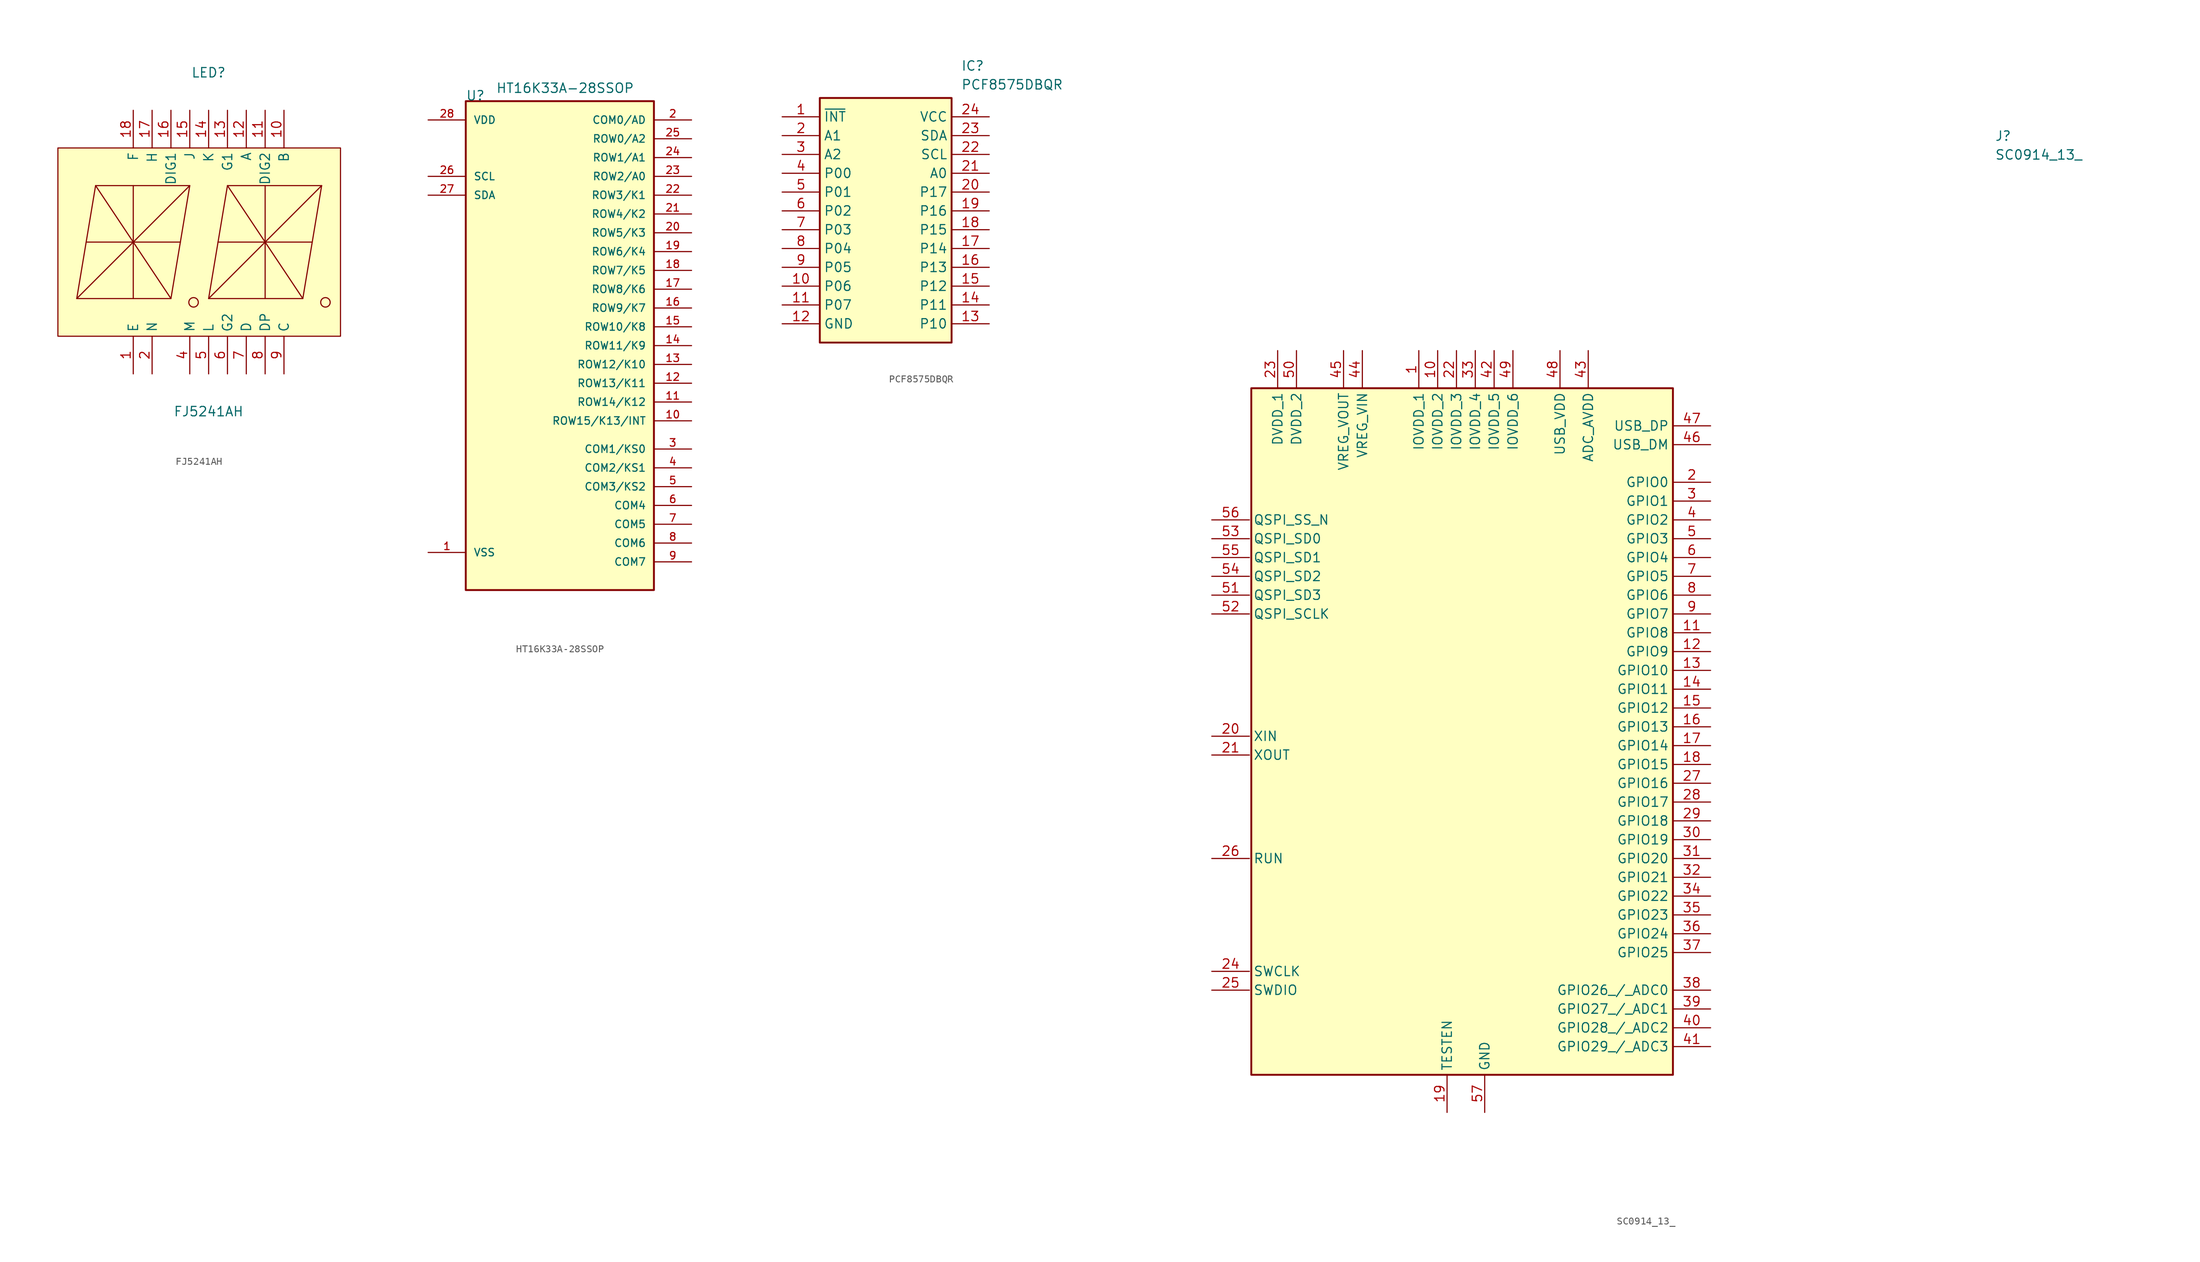
<source format=kicad_sym>
(kicad_symbol_lib
  (version 20241209)
  (generator "kicad_symbol_editor")
  (generator_version "9.0")
  (symbol "FJ5241AH"
    (property "Reference" "LED"
      (at 0 22.86 0)
      (effects (font (size 1.27 1.27))))
    (property "Value" "FJ5241AH"
      (at 0 -22.86 0)
      (effects (font (size 1.27 1.27))))
    (symbol "FJ5241AH_0_1"
      (rectangle (start -20.32 12.7) (end 17.78 -12.7) (stroke (width 0) (type default)) (fill (type background)))
      (polyline (pts (xy -16.51 0) (xy -3.81 0)) (stroke (width 0) (type default)) (fill (type none)))
      (polyline (pts (xy -15.24 7.62) (xy -5.08 -7.62)) (stroke (width 0) (type default)) (fill (type none)))
      (polyline (pts (xy -15.24 7.62) (xy -2.54 7.62) (xy -5.08 -7.62) (xy -17.78 -7.62) (xy -15.24 7.62)) (stroke (width 0) (type default)) (fill (type background)))
      (polyline (pts (xy -10.16 7.62) (xy -10.16 -7.62)) (stroke (width 0) (type default)) (fill (type none)))
      (polyline (pts (xy -2.54 7.62) (xy -17.78 -7.62)) (stroke (width 0) (type default)) (fill (type none)))
      (circle (center -2.03 -8.13) (radius 0.64) (stroke (width 0) (type default)) (fill (type none)))
      (polyline (pts (xy 1.27 0) (xy 13.97 0)) (stroke (width 0) (type default)) (fill (type none)))
      (polyline (pts (xy 2.54 7.62) (xy 12.7 -7.62)) (stroke (width 0) (type default)) (fill (type none)))
      (polyline (pts (xy 2.54 7.62) (xy 15.24 7.62) (xy 12.7 -7.62) (xy 0 -7.62) (xy 2.54 7.62)) (stroke (width 0) (type default)) (fill (type background)))
      (polyline (pts (xy 7.62 7.62) (xy 7.62 -7.62)) (stroke (width 0) (type default)) (fill (type none)))
      (polyline (pts (xy 15.24 7.62) (xy 0 -7.62)) (stroke (width 0) (type default)) (fill (type none)))
      (circle (center 15.75 -8.13) (radius 0.64) (stroke (width 0) (type default)) (fill (type none)))
      (pin unspecified line (at -10.16 17.78 270) (length 5.08) (name "F" (effects (font (size 1.27 1.27)))) (number "18" (effects (font (size 1.27 1.27)))))
      (pin unspecified line (at -10.16 -17.78 90) (length 5.08) (name "E" (effects (font (size 1.27 1.27)))) (number "1" (effects (font (size 1.27 1.27)))))
      (pin unspecified line (at -7.62 17.78 270) (length 5.08) (name "H" (effects (font (size 1.27 1.27)))) (number "17" (effects (font (size 1.27 1.27)))))
      (pin unspecified line (at -7.62 -17.78 90) (length 5.08) (name "N" (effects (font (size 1.27 1.27)))) (number "2" (effects (font (size 1.27 1.27)))))
      (pin unspecified line (at -5.08 17.78 270) (length 5.08) (name "DIG1" (effects (font (size 1.27 1.27)))) (number "16" (effects (font (size 1.27 1.27)))))
      (pin unspecified line (at -2.54 17.78 270) (length 5.08) (name "J" (effects (font (size 1.27 1.27)))) (number "15" (effects (font (size 1.27 1.27)))))
      (pin unspecified line (at -2.54 -17.78 90) (length 5.08) (name "M" (effects (font (size 1.27 1.27)))) (number "4" (effects (font (size 1.27 1.27)))))
      (pin unspecified line (at 0 17.78 270) (length 5.08) (name "K" (effects (font (size 1.27 1.27)))) (number "14" (effects (font (size 1.27 1.27)))))
      (pin unspecified line (at 0 -17.78 90) (length 5.08) (name "L" (effects (font (size 1.27 1.27)))) (number "5" (effects (font (size 1.27 1.27)))))
      (pin unspecified line (at 2.54 17.78 270) (length 5.08) (name "G1" (effects (font (size 1.27 1.27)))) (number "13" (effects (font (size 1.27 1.27)))))
      (pin unspecified line (at 2.54 -17.78 90) (length 5.08) (name "G2" (effects (font (size 1.27 1.27)))) (number "6" (effects (font (size 1.27 1.27)))))
      (pin unspecified line (at 5.08 17.78 270) (length 5.08) (name "A" (effects (font (size 1.27 1.27)))) (number "12" (effects (font (size 1.27 1.27)))))
      (pin unspecified line (at 5.08 -17.78 90) (length 5.08) (name "D" (effects (font (size 1.27 1.27)))) (number "7" (effects (font (size 1.27 1.27)))))
      (pin unspecified line (at 7.62 17.78 270) (length 5.08) (name "DIG2" (effects (font (size 1.27 1.27)))) (number "11" (effects (font (size 1.27 1.27)))))
      (pin unspecified line (at 7.62 -17.78 90) (length 5.08) (name "DP" (effects (font (size 1.27 1.27)))) (number "8" (effects (font (size 1.27 1.27)))))
      (pin unspecified line (at 10.16 17.78 270) (length 5.08) (name "B" (effects (font (size 1.27 1.27)))) (number "10" (effects (font (size 1.27 1.27)))))
      (pin unspecified line (at 10.16 -17.78 90) (length 5.08) (name "C" (effects (font (size 1.27 1.27)))) (number "9" (effects (font (size 1.27 1.27)))))))
  (symbol "HT16K33A-28SSOP"
    (pin_names
      (offset 1.016))
    (property "Reference" "U"
      (at -22.86 30.48 0)
      (effects (font (size 1.27 1.27)) (justify left bottom)))
    (property "Value" "HT16K33A-28SSOP"
      (at -18.796 31.496 0)
      (effects (font (size 1.27 1.27)) (justify left bottom)))
    (symbol "HT16K33A-28SSOP_0_0"
      (rectangle (start -22.86 30.48) (end 2.54 -35.56) (stroke (width 0.254) (type default)) (fill (type background)))
      (pin power_in line (at -27.94 27.94 0) (length 5.08) (name "VDD" (effects (font (size 1.016 1.016)))) (number "28" (effects (font (size 1.016 1.016)))))
      (pin input line (at -27.94 20.32 0) (length 5.08) (name "SCL" (effects (font (size 1.016 1.016)))) (number "26" (effects (font (size 1.016 1.016)))))
      (pin bidirectional line (at -27.94 17.78 0) (length 5.08) (name "SDA" (effects (font (size 1.016 1.016)))) (number "27" (effects (font (size 1.016 1.016)))))
      (pin power_in line (at -27.94 -30.48 0) (length 5.08) (name "VSS" (effects (font (size 1.016 1.016)))) (number "1" (effects (font (size 1.016 1.016)))))
      (pin output line (at 7.62 27.94 180) (length 5.08) (name "COM0/AD" (effects (font (size 1.016 1.016)))) (number "2" (effects (font (size 1.016 1.016)))))
      (pin bidirectional line (at 7.62 25.4 180) (length 5.08) (name "ROW0/A2" (effects (font (size 1.016 1.016)))) (number "25" (effects (font (size 1.016 1.016)))))
      (pin bidirectional line (at 7.62 22.86 180) (length 5.08) (name "ROW1/A1" (effects (font (size 1.016 1.016)))) (number "24" (effects (font (size 1.016 1.016)))))
      (pin bidirectional line (at 7.62 20.32 180) (length 5.08) (name "ROW2/A0" (effects (font (size 1.016 1.016)))) (number "23" (effects (font (size 1.016 1.016)))))
      (pin bidirectional line (at 7.62 17.78 180) (length 5.08) (name "ROW3/K1" (effects (font (size 1.016 1.016)))) (number "22" (effects (font (size 1.016 1.016)))))
      (pin bidirectional line (at 7.62 15.24 180) (length 5.08) (name "ROW4/K2" (effects (font (size 1.016 1.016)))) (number "21" (effects (font (size 1.016 1.016)))))
      (pin bidirectional line (at 7.62 12.7 180) (length 5.08) (name "ROW5/K3" (effects (font (size 1.016 1.016)))) (number "20" (effects (font (size 1.016 1.016)))))
      (pin bidirectional line (at 7.62 10.16 180) (length 5.08) (name "ROW6/K4" (effects (font (size 1.016 1.016)))) (number "19" (effects (font (size 1.016 1.016)))))
      (pin bidirectional line (at 7.62 7.62 180) (length 5.08) (name "ROW7/K5" (effects (font (size 1.016 1.016)))) (number "18" (effects (font (size 1.016 1.016)))))
      (pin bidirectional line (at 7.62 5.08 180) (length 5.08) (name "ROW8/K6" (effects (font (size 1.016 1.016)))) (number "17" (effects (font (size 1.016 1.016)))))
      (pin bidirectional line (at 7.62 2.54 180) (length 5.08) (name "ROW9/K7" (effects (font (size 1.016 1.016)))) (number "16" (effects (font (size 1.016 1.016)))))
      (pin bidirectional line (at 7.62 0 180) (length 5.08) (name "ROW10/K8" (effects (font (size 1.016 1.016)))) (number "15" (effects (font (size 1.016 1.016)))))
      (pin bidirectional line (at 7.62 -2.54 180) (length 5.08) (name "ROW11/K9" (effects (font (size 1.016 1.016)))) (number "14" (effects (font (size 1.016 1.016)))))
      (pin bidirectional line (at 7.62 -5.08 180) (length 5.08) (name "ROW12/K10" (effects (font (size 1.016 1.016)))) (number "13" (effects (font (size 1.016 1.016)))))
      (pin bidirectional line (at 7.62 -7.62 180) (length 5.08) (name "ROW13/K11" (effects (font (size 1.016 1.016)))) (number "12" (effects (font (size 1.016 1.016)))))
      (pin bidirectional line (at 7.62 -10.16 180) (length 5.08) (name "ROW14/K12" (effects (font (size 1.016 1.016)))) (number "11" (effects (font (size 1.016 1.016)))))
      (pin bidirectional line (at 7.62 -12.7 180) (length 5.08) (name "ROW15/K13/INT" (effects (font (size 1.016 1.016)))) (number "10" (effects (font (size 1.016 1.016)))))
      (pin output line (at 7.62 -16.51 180) (length 5.08) (name "COM1/KS0" (effects (font (size 1.016 1.016)))) (number "3" (effects (font (size 1.016 1.016)))))
      (pin output line (at 7.62 -19.05 180) (length 5.08) (name "COM2/KS1" (effects (font (size 1.016 1.016)))) (number "4" (effects (font (size 1.016 1.016)))))
      (pin output line (at 7.62 -21.59 180) (length 5.08) (name "COM3/KS2" (effects (font (size 1.016 1.016)))) (number "5" (effects (font (size 1.016 1.016)))))
      (pin output line (at 7.62 -24.13 180) (length 5.08) (name "COM4" (effects (font (size 1.016 1.016)))) (number "6" (effects (font (size 1.016 1.016)))))
      (pin output line (at 7.62 -26.67 180) (length 5.08) (name "COM5" (effects (font (size 1.016 1.016)))) (number "7" (effects (font (size 1.016 1.016)))))
      (pin output line (at 7.62 -29.21 180) (length 5.08) (name "COM6" (effects (font (size 1.016 1.016)))) (number "8" (effects (font (size 1.016 1.016)))))
      (pin output line (at 7.62 -31.75 180) (length 5.08) (name "COM7" (effects (font (size 1.016 1.016)))) (number "9" (effects (font (size 1.016 1.016)))))))
  (symbol "PCF8575DBQR"
    (property "Reference" "IC"
      (at 24.13 7.62 0)
      (effects (font (size 1.27 1.27)) (justify left top)))
    (property "Value" "PCF8575DBQR"
      (at 24.13 5.08 0)
      (effects (font (size 1.27 1.27)) (justify left top)))
    (symbol "PCF8575DBQR_1_1"
      (rectangle (start 5.08 2.54) (end 22.86 -30.48) (stroke (width 0.254) (type default)) (fill (type background)))
      (pin passive line (at 0 0 0) (length 5.08) (name "~{INT}" (effects (font (size 1.27 1.27)))) (number "1" (effects (font (size 1.27 1.27)))))
      (pin passive line (at 0 -2.54 0) (length 5.08) (name "A1" (effects (font (size 1.27 1.27)))) (number "2" (effects (font (size 1.27 1.27)))))
      (pin passive line (at 0 -5.08 0) (length 5.08) (name "A2" (effects (font (size 1.27 1.27)))) (number "3" (effects (font (size 1.27 1.27)))))
      (pin passive line (at 0 -7.62 0) (length 5.08) (name "P00" (effects (font (size 1.27 1.27)))) (number "4" (effects (font (size 1.27 1.27)))))
      (pin passive line (at 0 -10.16 0) (length 5.08) (name "P01" (effects (font (size 1.27 1.27)))) (number "5" (effects (font (size 1.27 1.27)))))
      (pin passive line (at 0 -12.7 0) (length 5.08) (name "P02" (effects (font (size 1.27 1.27)))) (number "6" (effects (font (size 1.27 1.27)))))
      (pin passive line (at 0 -15.24 0) (length 5.08) (name "P03" (effects (font (size 1.27 1.27)))) (number "7" (effects (font (size 1.27 1.27)))))
      (pin passive line (at 0 -17.78 0) (length 5.08) (name "P04" (effects (font (size 1.27 1.27)))) (number "8" (effects (font (size 1.27 1.27)))))
      (pin passive line (at 0 -20.32 0) (length 5.08) (name "P05" (effects (font (size 1.27 1.27)))) (number "9" (effects (font (size 1.27 1.27)))))
      (pin passive line (at 0 -22.86 0) (length 5.08) (name "P06" (effects (font (size 1.27 1.27)))) (number "10" (effects (font (size 1.27 1.27)))))
      (pin passive line (at 0 -25.4 0) (length 5.08) (name "P07" (effects (font (size 1.27 1.27)))) (number "11" (effects (font (size 1.27 1.27)))))
      (pin passive line (at 0 -27.94 0) (length 5.08) (name "GND" (effects (font (size 1.27 1.27)))) (number "12" (effects (font (size 1.27 1.27)))))
      (pin passive line (at 27.94 0 180) (length 5.08) (name "VCC" (effects (font (size 1.27 1.27)))) (number "24" (effects (font (size 1.27 1.27)))))
      (pin passive line (at 27.94 -2.54 180) (length 5.08) (name "SDA" (effects (font (size 1.27 1.27)))) (number "23" (effects (font (size 1.27 1.27)))))
      (pin passive line (at 27.94 -5.08 180) (length 5.08) (name "SCL" (effects (font (size 1.27 1.27)))) (number "22" (effects (font (size 1.27 1.27)))))
      (pin passive line (at 27.94 -7.62 180) (length 5.08) (name "A0" (effects (font (size 1.27 1.27)))) (number "21" (effects (font (size 1.27 1.27)))))
      (pin passive line (at 27.94 -10.16 180) (length 5.08) (name "P17" (effects (font (size 1.27 1.27)))) (number "20" (effects (font (size 1.27 1.27)))))
      (pin passive line (at 27.94 -12.7 180) (length 5.08) (name "P16" (effects (font (size 1.27 1.27)))) (number "19" (effects (font (size 1.27 1.27)))))
      (pin passive line (at 27.94 -15.24 180) (length 5.08) (name "P15" (effects (font (size 1.27 1.27)))) (number "18" (effects (font (size 1.27 1.27)))))
      (pin passive line (at 27.94 -17.78 180) (length 5.08) (name "P14" (effects (font (size 1.27 1.27)))) (number "17" (effects (font (size 1.27 1.27)))))
      (pin passive line (at 27.94 -20.32 180) (length 5.08) (name "P13" (effects (font (size 1.27 1.27)))) (number "16" (effects (font (size 1.27 1.27)))))
      (pin passive line (at 27.94 -22.86 180) (length 5.08) (name "P12" (effects (font (size 1.27 1.27)))) (number "15" (effects (font (size 1.27 1.27)))))
      (pin passive line (at 27.94 -25.4 180) (length 5.08) (name "P11" (effects (font (size 1.27 1.27)))) (number "14" (effects (font (size 1.27 1.27)))))
      (pin passive line (at 27.94 -27.94 180) (length 5.08) (name "P10" (effects (font (size 1.27 1.27)))) (number "13" (effects (font (size 1.27 1.27)))))))
  (symbol "SC0914_13_"
    (property "Reference" "J"
      (at 89.154 79.248 0)
      (effects (font (size 1.27 1.27)) (justify left top)))
    (property "Value" "SC0914_13_"
      (at 89.154 76.708 0)
      (effects (font (size 1.27 1.27)) (justify left top)))
    (symbol "SC0914_13__1_1"
      (rectangle (start -11.176 44.45) (end 45.72 -48.26) (stroke (width 0.254) (type default)) (fill (type background)))
      (pin passive line (at -16.51 26.67 0) (length 5.08) (name "QSPI_SS_N" (effects (font (size 1.27 1.27)))) (number "56" (effects (font (size 1.27 1.27)))))
      (pin passive line (at -16.51 24.13 0) (length 5.08) (name "QSPI_SD0" (effects (font (size 1.27 1.27)))) (number "53" (effects (font (size 1.27 1.27)))))
      (pin passive line (at -16.51 21.59 0) (length 5.08) (name "QSPI_SD1" (effects (font (size 1.27 1.27)))) (number "55" (effects (font (size 1.27 1.27)))))
      (pin passive line (at -16.51 19.05 0) (length 5.08) (name "QSPI_SD2" (effects (font (size 1.27 1.27)))) (number "54" (effects (font (size 1.27 1.27)))))
      (pin passive line (at -16.51 16.51 0) (length 5.08) (name "QSPI_SD3" (effects (font (size 1.27 1.27)))) (number "51" (effects (font (size 1.27 1.27)))))
      (pin passive line (at -16.51 13.97 0) (length 5.08) (name "QSPI_SCLK" (effects (font (size 1.27 1.27)))) (number "52" (effects (font (size 1.27 1.27)))))
      (pin passive line (at -16.51 -2.54 0) (length 5.08) (name "XIN" (effects (font (size 1.27 1.27)))) (number "20" (effects (font (size 1.27 1.27)))))
      (pin passive line (at -16.51 -5.08 0) (length 5.08) (name "XOUT" (effects (font (size 1.27 1.27)))) (number "21" (effects (font (size 1.27 1.27)))))
      (pin passive line (at -16.51 -19.05 0) (length 5.08) (name "RUN" (effects (font (size 1.27 1.27)))) (number "26" (effects (font (size 1.27 1.27)))))
      (pin passive line (at -16.51 -34.29 0) (length 5.08) (name "SWCLK" (effects (font (size 1.27 1.27)))) (number "24" (effects (font (size 1.27 1.27)))))
      (pin passive line (at -16.51 -36.83 0) (length 5.08) (name "SWDIO" (effects (font (size 1.27 1.27)))) (number "25" (effects (font (size 1.27 1.27)))))
      (pin passive line (at -7.62 49.53 270) (length 5.08) (name "DVDD_1" (effects (font (size 1.27 1.27)))) (number "23" (effects (font (size 1.27 1.27)))))
      (pin passive line (at -5.08 49.53 270) (length 5.08) (name "DVDD_2" (effects (font (size 1.27 1.27)))) (number "50" (effects (font (size 1.27 1.27)))))
      (pin passive line (at 1.27 49.53 270) (length 5.08) (name "VREG_VOUT" (effects (font (size 1.27 1.27)))) (number "45" (effects (font (size 1.27 1.27)))))
      (pin passive line (at 3.81 49.53 270) (length 5.08) (name "VREG_VIN" (effects (font (size 1.27 1.27)))) (number "44" (effects (font (size 1.27 1.27)))))
      (pin passive line (at 11.43 49.53 270) (length 5.08) (name "IOVDD_1" (effects (font (size 1.27 1.27)))) (number "1" (effects (font (size 1.27 1.27)))))
      (pin passive line (at 13.97 49.53 270) (length 5.08) (name "IOVDD_2" (effects (font (size 1.27 1.27)))) (number "10" (effects (font (size 1.27 1.27)))))
      (pin passive line (at 15.24 -53.34 90) (length 5.08) (name "TESTEN" (effects (font (size 1.27 1.27)))) (number "19" (effects (font (size 1.27 1.27)))))
      (pin passive line (at 16.51 49.53 270) (length 5.08) (name "IOVDD_3" (effects (font (size 1.27 1.27)))) (number "22" (effects (font (size 1.27 1.27)))))
      (pin passive line (at 19.05 49.53 270) (length 5.08) (name "IOVDD_4" (effects (font (size 1.27 1.27)))) (number "33" (effects (font (size 1.27 1.27)))))
      (pin passive line (at 20.32 -53.34 90) (length 5.08) (name "GND" (effects (font (size 1.27 1.27)))) (number "57" (effects (font (size 1.27 1.27)))))
      (pin passive line (at 21.59 49.53 270) (length 5.08) (name "IOVDD_5" (effects (font (size 1.27 1.27)))) (number "42" (effects (font (size 1.27 1.27)))))
      (pin passive line (at 24.13 49.53 270) (length 5.08) (name "IOVDD_6" (effects (font (size 1.27 1.27)))) (number "49" (effects (font (size 1.27 1.27)))))
      (pin passive line (at 30.48 49.53 270) (length 5.08) (name "USB_VDD" (effects (font (size 1.27 1.27)))) (number "48" (effects (font (size 1.27 1.27)))))
      (pin passive line (at 34.29 49.53 270) (length 5.08) (name "ADC_AVDD" (effects (font (size 1.27 1.27)))) (number "43" (effects (font (size 1.27 1.27)))))
      (pin passive line (at 50.8 39.37 180) (length 5.08) (name "USB_DP" (effects (font (size 1.27 1.27)))) (number "47" (effects (font (size 1.27 1.27)))))
      (pin passive line (at 50.8 36.83 180) (length 5.08) (name "USB_DM" (effects (font (size 1.27 1.27)))) (number "46" (effects (font (size 1.27 1.27)))))
      (pin passive line (at 50.8 31.75 180) (length 5.08) (name "GPIO0" (effects (font (size 1.27 1.27)))) (number "2" (effects (font (size 1.27 1.27)))))
      (pin passive line (at 50.8 29.21 180) (length 5.08) (name "GPIO1" (effects (font (size 1.27 1.27)))) (number "3" (effects (font (size 1.27 1.27)))))
      (pin passive line (at 50.8 26.67 180) (length 5.08) (name "GPIO2" (effects (font (size 1.27 1.27)))) (number "4" (effects (font (size 1.27 1.27)))))
      (pin passive line (at 50.8 24.13 180) (length 5.08) (name "GPIO3" (effects (font (size 1.27 1.27)))) (number "5" (effects (font (size 1.27 1.27)))))
      (pin passive line (at 50.8 21.59 180) (length 5.08) (name "GPIO4" (effects (font (size 1.27 1.27)))) (number "6" (effects (font (size 1.27 1.27)))))
      (pin passive line (at 50.8 19.05 180) (length 5.08) (name "GPIO5" (effects (font (size 1.27 1.27)))) (number "7" (effects (font (size 1.27 1.27)))))
      (pin passive line (at 50.8 16.51 180) (length 5.08) (name "GPIO6" (effects (font (size 1.27 1.27)))) (number "8" (effects (font (size 1.27 1.27)))))
      (pin passive line (at 50.8 13.97 180) (length 5.08) (name "GPIO7" (effects (font (size 1.27 1.27)))) (number "9" (effects (font (size 1.27 1.27)))))
      (pin passive line (at 50.8 11.43 180) (length 5.08) (name "GPIO8" (effects (font (size 1.27 1.27)))) (number "11" (effects (font (size 1.27 1.27)))))
      (pin passive line (at 50.8 8.89 180) (length 5.08) (name "GPIO9" (effects (font (size 1.27 1.27)))) (number "12" (effects (font (size 1.27 1.27)))))
      (pin passive line (at 50.8 6.35 180) (length 5.08) (name "GPIO10" (effects (font (size 1.27 1.27)))) (number "13" (effects (font (size 1.27 1.27)))))
      (pin passive line (at 50.8 3.81 180) (length 5.08) (name "GPIO11" (effects (font (size 1.27 1.27)))) (number "14" (effects (font (size 1.27 1.27)))))
      (pin passive line (at 50.8 1.27 180) (length 5.08) (name "GPIO12" (effects (font (size 1.27 1.27)))) (number "15" (effects (font (size 1.27 1.27)))))
      (pin passive line (at 50.8 -1.27 180) (length 5.08) (name "GPIO13" (effects (font (size 1.27 1.27)))) (number "16" (effects (font (size 1.27 1.27)))))
      (pin passive line (at 50.8 -3.81 180) (length 5.08) (name "GPIO14" (effects (font (size 1.27 1.27)))) (number "17" (effects (font (size 1.27 1.27)))))
      (pin passive line (at 50.8 -6.35 180) (length 5.08) (name "GPIO15" (effects (font (size 1.27 1.27)))) (number "18" (effects (font (size 1.27 1.27)))))
      (pin passive line (at 50.8 -8.89 180) (length 5.08) (name "GPIO16" (effects (font (size 1.27 1.27)))) (number "27" (effects (font (size 1.27 1.27)))))
      (pin passive line (at 50.8 -11.43 180) (length 5.08) (name "GPIO17" (effects (font (size 1.27 1.27)))) (number "28" (effects (font (size 1.27 1.27)))))
      (pin passive line (at 50.8 -13.97 180) (length 5.08) (name "GPIO18" (effects (font (size 1.27 1.27)))) (number "29" (effects (font (size 1.27 1.27)))))
      (pin passive line (at 50.8 -16.51 180) (length 5.08) (name "GPIO19" (effects (font (size 1.27 1.27)))) (number "30" (effects (font (size 1.27 1.27)))))
      (pin passive line (at 50.8 -19.05 180) (length 5.08) (name "GPIO20" (effects (font (size 1.27 1.27)))) (number "31" (effects (font (size 1.27 1.27)))))
      (pin passive line (at 50.8 -21.59 180) (length 5.08) (name "GPIO21" (effects (font (size 1.27 1.27)))) (number "32" (effects (font (size 1.27 1.27)))))
      (pin passive line (at 50.8 -24.13 180) (length 5.08) (name "GPIO22" (effects (font (size 1.27 1.27)))) (number "34" (effects (font (size 1.27 1.27)))))
      (pin passive line (at 50.8 -26.67 180) (length 5.08) (name "GPIO23" (effects (font (size 1.27 1.27)))) (number "35" (effects (font (size 1.27 1.27)))))
      (pin passive line (at 50.8 -29.21 180) (length 5.08) (name "GPIO24" (effects (font (size 1.27 1.27)))) (number "36" (effects (font (size 1.27 1.27)))))
      (pin passive line (at 50.8 -31.75 180) (length 5.08) (name "GPIO25" (effects (font (size 1.27 1.27)))) (number "37" (effects (font (size 1.27 1.27)))))
      (pin passive line (at 50.8 -36.83 180) (length 5.08) (name "GPIO26_/_ADC0" (effects (font (size 1.27 1.27)))) (number "38" (effects (font (size 1.27 1.27)))))
      (pin passive line (at 50.8 -39.37 180) (length 5.08) (name "GPIO27_/_ADC1" (effects (font (size 1.27 1.27)))) (number "39" (effects (font (size 1.27 1.27)))))
      (pin passive line (at 50.8 -41.91 180) (length 5.08) (name "GPIO28_/_ADC2" (effects (font (size 1.27 1.27)))) (number "40" (effects (font (size 1.27 1.27)))))
      (pin passive line (at 50.8 -44.45 180) (length 5.08) (name "GPIO29_/_ADC3" (effects (font (size 1.27 1.27)))) (number "41" (effects (font (size 1.27 1.27))))))))
</source>
